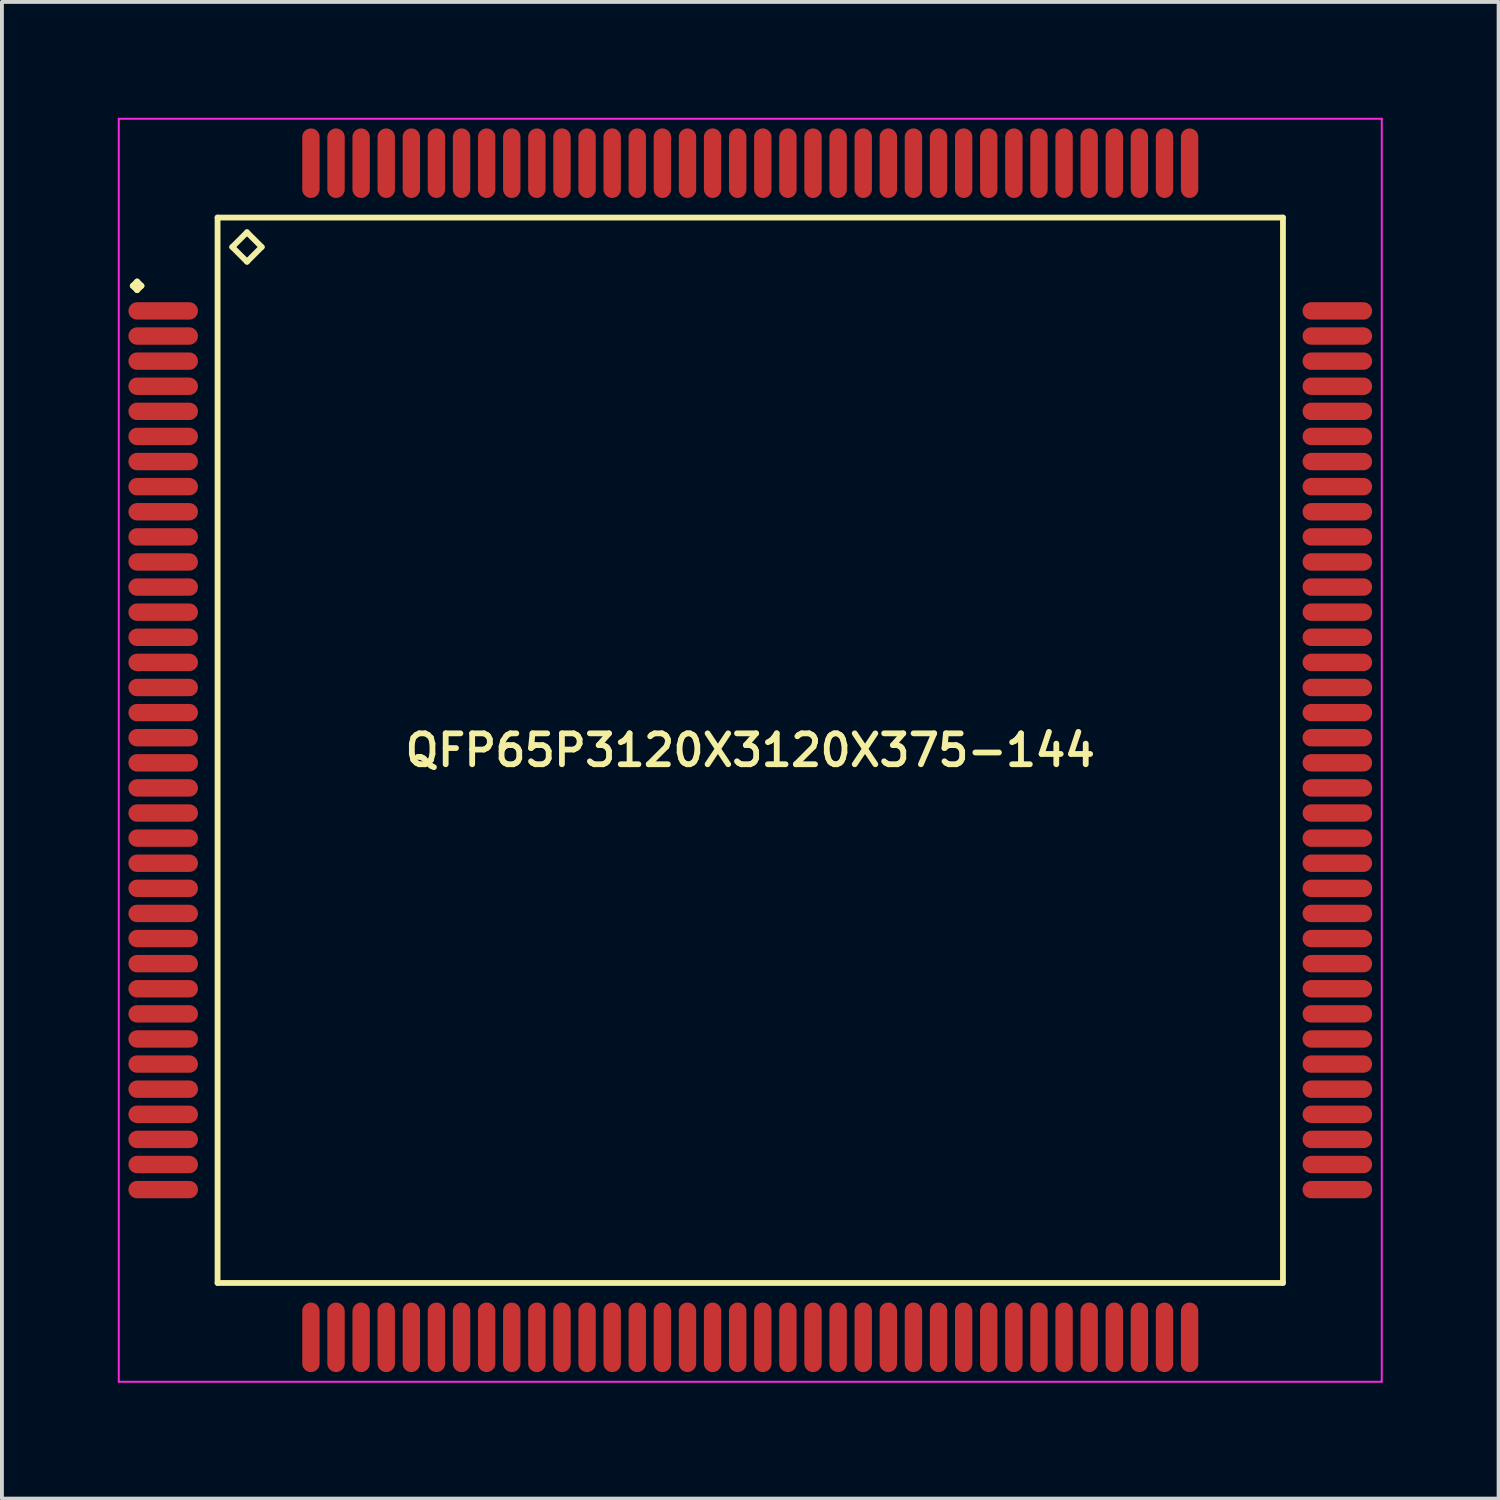
<source format=kicad_pcb>
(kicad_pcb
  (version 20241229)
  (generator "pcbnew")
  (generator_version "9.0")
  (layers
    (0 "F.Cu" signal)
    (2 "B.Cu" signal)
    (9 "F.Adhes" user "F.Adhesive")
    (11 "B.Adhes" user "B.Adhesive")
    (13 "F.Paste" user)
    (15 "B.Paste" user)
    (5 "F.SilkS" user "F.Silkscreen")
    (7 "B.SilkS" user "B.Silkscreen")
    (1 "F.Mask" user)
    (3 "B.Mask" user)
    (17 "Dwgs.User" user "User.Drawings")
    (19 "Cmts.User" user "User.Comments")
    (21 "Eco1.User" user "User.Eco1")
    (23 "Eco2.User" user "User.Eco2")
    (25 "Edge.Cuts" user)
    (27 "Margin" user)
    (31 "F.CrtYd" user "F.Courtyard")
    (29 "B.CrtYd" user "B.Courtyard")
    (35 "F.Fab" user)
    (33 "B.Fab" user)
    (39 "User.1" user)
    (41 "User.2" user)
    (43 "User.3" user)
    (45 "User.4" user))
  (footprint "QFP65P3120X3120X375-144"
    (layer "F.Cu")
    (at 16.375 16.375)
    (property "Reference" "QFP65P3120X3120X375-144" (at 0 0 0) (layer "F.SilkS") (effects (font (size 0.8 0.8) (thickness 0.15))))
    (attr smd)
    (fp_line (start -15.988 -12.025) (end -15.875 -12.137) (stroke (width 0.15) (type solid)) (layer "F.SilkS"))
    (fp_line (start -15.875 -12.137) (end -15.762 -12.025) (stroke (width 0.15) (type solid)) (layer "F.SilkS"))
    (fp_line (start -15.875 -11.912) (end -15.988 -12.025) (stroke (width 0.15) (type solid)) (layer "F.SilkS"))
    (fp_line (start -15.762 -12.025) (end -15.875 -11.912) (stroke (width 0.15) (type solid)) (layer "F.SilkS"))
    (fp_line (start -13.792 -13.792) (end -13.792 13.792) (stroke (width 0.15) (type solid)) (layer "F.SilkS"))
    (fp_line (start -13.792 13.792) (end 13.792 13.792) (stroke (width 0.15) (type solid)) (layer "F.SilkS"))
    (fp_line (start -13.411 -13.03) (end -13.03 -13.411) (stroke (width 0.15) (type solid)) (layer "F.SilkS"))
    (fp_line (start -13.03 -13.411) (end -12.649 -13.03) (stroke (width 0.15) (type solid)) (layer "F.SilkS"))
    (fp_line (start -13.03 -12.649) (end -13.411 -13.03) (stroke (width 0.15) (type solid)) (layer "F.SilkS"))
    (fp_line (start -12.649 -13.03) (end -13.03 -12.649) (stroke (width 0.15) (type solid)) (layer "F.SilkS"))
    (fp_line (start 13.792 -13.792) (end -13.792 -13.792) (stroke (width 0.15) (type solid)) (layer "F.SilkS"))
    (fp_line (start 13.792 13.792) (end 13.792 -13.792) (stroke (width 0.15) (type solid)) (layer "F.SilkS"))
    (fp_line (start -16.35 -16.35) (end 16.35 -16.35) (stroke (width 0.05) (type solid)) (layer "F.CrtYd"))
    (fp_line (start -16.35 16.35) (end -16.35 -16.35) (stroke (width 0.05) (type solid)) (layer "F.CrtYd"))
    (fp_line (start 16.35 -16.35) (end 16.35 16.35) (stroke (width 0.05) (type solid)) (layer "F.CrtYd"))
    (fp_line (start 16.35 16.35) (end -16.35 16.35) (stroke (width 0.05) (type solid)) (layer "F.CrtYd"))
    (pad "1" smd oval (at -15.2 -11.375) (size 1.8 0.45) (layers "F.Cu" "F.Mask" "F.Paste"))
    (pad "2" smd oval (at -15.2 -10.725) (size 1.8 0.45) (layers "F.Cu" "F.Mask" "F.Paste"))
    (pad "3" smd oval (at -15.2 -10.075) (size 1.8 0.45) (layers "F.Cu" "F.Mask" "F.Paste"))
    (pad "4" smd oval (at -15.2 -9.425) (size 1.8 0.45) (layers "F.Cu" "F.Mask" "F.Paste"))
    (pad "5" smd oval (at -15.2 -8.775) (size 1.8 0.45) (layers "F.Cu" "F.Mask" "F.Paste"))
    (pad "6" smd oval (at -15.2 -8.125) (size 1.8 0.45) (layers "F.Cu" "F.Mask" "F.Paste"))
    (pad "7" smd oval (at -15.2 -7.475) (size 1.8 0.45) (layers "F.Cu" "F.Mask" "F.Paste"))
    (pad "8" smd oval (at -15.2 -6.825) (size 1.8 0.45) (layers "F.Cu" "F.Mask" "F.Paste"))
    (pad "9" smd oval (at -15.2 -6.175) (size 1.8 0.45) (layers "F.Cu" "F.Mask" "F.Paste"))
    (pad "10" smd oval (at -15.2 -5.525) (size 1.8 0.45) (layers "F.Cu" "F.Mask" "F.Paste"))
    (pad "11" smd oval (at -15.2 -4.875) (size 1.8 0.45) (layers "F.Cu" "F.Mask" "F.Paste"))
    (pad "12" smd oval (at -15.2 -4.225) (size 1.8 0.45) (layers "F.Cu" "F.Mask" "F.Paste"))
    (pad "13" smd oval (at -15.2 -3.575) (size 1.8 0.45) (layers "F.Cu" "F.Mask" "F.Paste"))
    (pad "14" smd oval (at -15.2 -2.925) (size 1.8 0.45) (layers "F.Cu" "F.Mask" "F.Paste"))
    (pad "15" smd oval (at -15.2 -2.275) (size 1.8 0.45) (layers "F.Cu" "F.Mask" "F.Paste"))
    (pad "16" smd oval (at -15.2 -1.625) (size 1.8 0.45) (layers "F.Cu" "F.Mask" "F.Paste"))
    (pad "17" smd oval (at -15.2 -0.975) (size 1.8 0.45) (layers "F.Cu" "F.Mask" "F.Paste"))
    (pad "18" smd oval (at -15.2 -0.325) (size 1.8 0.45) (layers "F.Cu" "F.Mask" "F.Paste"))
    (pad "19" smd oval (at -15.2 0.325) (size 1.8 0.45) (layers "F.Cu" "F.Mask" "F.Paste"))
    (pad "20" smd oval (at -15.2 0.975) (size 1.8 0.45) (layers "F.Cu" "F.Mask" "F.Paste"))
    (pad "21" smd oval (at -15.2 1.625) (size 1.8 0.45) (layers "F.Cu" "F.Mask" "F.Paste"))
    (pad "22" smd oval (at -15.2 2.275) (size 1.8 0.45) (layers "F.Cu" "F.Mask" "F.Paste"))
    (pad "23" smd oval (at -15.2 2.925) (size 1.8 0.45) (layers "F.Cu" "F.Mask" "F.Paste"))
    (pad "24" smd oval (at -15.2 3.575) (size 1.8 0.45) (layers "F.Cu" "F.Mask" "F.Paste"))
    (pad "25" smd oval (at -15.2 4.225) (size 1.8 0.45) (layers "F.Cu" "F.Mask" "F.Paste"))
    (pad "26" smd oval (at -15.2 4.875) (size 1.8 0.45) (layers "F.Cu" "F.Mask" "F.Paste"))
    (pad "27" smd oval (at -15.2 5.525) (size 1.8 0.45) (layers "F.Cu" "F.Mask" "F.Paste"))
    (pad "28" smd oval (at -15.2 6.175) (size 1.8 0.45) (layers "F.Cu" "F.Mask" "F.Paste"))
    (pad "29" smd oval (at -15.2 6.825) (size 1.8 0.45) (layers "F.Cu" "F.Mask" "F.Paste"))
    (pad "30" smd oval (at -15.2 7.475) (size 1.8 0.45) (layers "F.Cu" "F.Mask" "F.Paste"))
    (pad "31" smd oval (at -15.2 8.125) (size 1.8 0.45) (layers "F.Cu" "F.Mask" "F.Paste"))
    (pad "32" smd oval (at -15.2 8.775) (size 1.8 0.45) (layers "F.Cu" "F.Mask" "F.Paste"))
    (pad "33" smd oval (at -15.2 9.425) (size 1.8 0.45) (layers "F.Cu" "F.Mask" "F.Paste"))
    (pad "34" smd oval (at -15.2 10.075) (size 1.8 0.45) (layers "F.Cu" "F.Mask" "F.Paste"))
    (pad "35" smd oval (at -15.2 10.725) (size 1.8 0.45) (layers "F.Cu" "F.Mask" "F.Paste"))
    (pad "36" smd oval (at -15.2 11.375) (size 1.8 0.45) (layers "F.Cu" "F.Mask" "F.Paste"))
    (pad "37" smd oval (at -11.375 15.2) (size 0.45 1.8) (layers "F.Cu" "F.Mask" "F.Paste"))
    (pad "38" smd oval (at -10.725 15.2) (size 0.45 1.8) (layers "F.Cu" "F.Mask" "F.Paste"))
    (pad "39" smd oval (at -10.075 15.2) (size 0.45 1.8) (layers "F.Cu" "F.Mask" "F.Paste"))
    (pad "40" smd oval (at -9.425 15.2) (size 0.45 1.8) (layers "F.Cu" "F.Mask" "F.Paste"))
    (pad "41" smd oval (at -8.775 15.2) (size 0.45 1.8) (layers "F.Cu" "F.Mask" "F.Paste"))
    (pad "42" smd oval (at -8.125 15.2) (size 0.45 1.8) (layers "F.Cu" "F.Mask" "F.Paste"))
    (pad "43" smd oval (at -7.475 15.2) (size 0.45 1.8) (layers "F.Cu" "F.Mask" "F.Paste"))
    (pad "44" smd oval (at -6.825 15.2) (size 0.45 1.8) (layers "F.Cu" "F.Mask" "F.Paste"))
    (pad "45" smd oval (at -6.175 15.2) (size 0.45 1.8) (layers "F.Cu" "F.Mask" "F.Paste"))
    (pad "46" smd oval (at -5.525 15.2) (size 0.45 1.8) (layers "F.Cu" "F.Mask" "F.Paste"))
    (pad "47" smd oval (at -4.875 15.2) (size 0.45 1.8) (layers "F.Cu" "F.Mask" "F.Paste"))
    (pad "48" smd oval (at -4.225 15.2) (size 0.45 1.8) (layers "F.Cu" "F.Mask" "F.Paste"))
    (pad "49" smd oval (at -3.575 15.2) (size 0.45 1.8) (layers "F.Cu" "F.Mask" "F.Paste"))
    (pad "50" smd oval (at -2.925 15.2) (size 0.45 1.8) (layers "F.Cu" "F.Mask" "F.Paste"))
    (pad "51" smd oval (at -2.275 15.2) (size 0.45 1.8) (layers "F.Cu" "F.Mask" "F.Paste"))
    (pad "52" smd oval (at -1.625 15.2) (size 0.45 1.8) (layers "F.Cu" "F.Mask" "F.Paste"))
    (pad "53" smd oval (at -0.975 15.2) (size 0.45 1.8) (layers "F.Cu" "F.Mask" "F.Paste"))
    (pad "54" smd oval (at -0.325 15.2) (size 0.45 1.8) (layers "F.Cu" "F.Mask" "F.Paste"))
    (pad "55" smd oval (at 0.325 15.2) (size 0.45 1.8) (layers "F.Cu" "F.Mask" "F.Paste"))
    (pad "56" smd oval (at 0.975 15.2) (size 0.45 1.8) (layers "F.Cu" "F.Mask" "F.Paste"))
    (pad "57" smd oval (at 1.625 15.2) (size 0.45 1.8) (layers "F.Cu" "F.Mask" "F.Paste"))
    (pad "58" smd oval (at 2.275 15.2) (size 0.45 1.8) (layers "F.Cu" "F.Mask" "F.Paste"))
    (pad "59" smd oval (at 2.925 15.2) (size 0.45 1.8) (layers "F.Cu" "F.Mask" "F.Paste"))
    (pad "60" smd oval (at 3.575 15.2) (size 0.45 1.8) (layers "F.Cu" "F.Mask" "F.Paste"))
    (pad "61" smd oval (at 4.225 15.2) (size 0.45 1.8) (layers "F.Cu" "F.Mask" "F.Paste"))
    (pad "62" smd oval (at 4.875 15.2) (size 0.45 1.8) (layers "F.Cu" "F.Mask" "F.Paste"))
    (pad "63" smd oval (at 5.525 15.2) (size 0.45 1.8) (layers "F.Cu" "F.Mask" "F.Paste"))
    (pad "64" smd oval (at 6.175 15.2) (size 0.45 1.8) (layers "F.Cu" "F.Mask" "F.Paste"))
    (pad "65" smd oval (at 6.825 15.2) (size 0.45 1.8) (layers "F.Cu" "F.Mask" "F.Paste"))
    (pad "66" smd oval (at 7.475 15.2) (size 0.45 1.8) (layers "F.Cu" "F.Mask" "F.Paste"))
    (pad "67" smd oval (at 8.125 15.2) (size 0.45 1.8) (layers "F.Cu" "F.Mask" "F.Paste"))
    (pad "68" smd oval (at 8.775 15.2) (size 0.45 1.8) (layers "F.Cu" "F.Mask" "F.Paste"))
    (pad "69" smd oval (at 9.425 15.2) (size 0.45 1.8) (layers "F.Cu" "F.Mask" "F.Paste"))
    (pad "70" smd oval (at 10.075 15.2) (size 0.45 1.8) (layers "F.Cu" "F.Mask" "F.Paste"))
    (pad "71" smd oval (at 10.725 15.2) (size 0.45 1.8) (layers "F.Cu" "F.Mask" "F.Paste"))
    (pad "72" smd oval (at 11.375 15.2) (size 0.45 1.8) (layers "F.Cu" "F.Mask" "F.Paste"))
    (pad "73" smd oval (at 15.2 11.375) (size 1.8 0.45) (layers "F.Cu" "F.Mask" "F.Paste"))
    (pad "74" smd oval (at 15.2 10.725) (size 1.8 0.45) (layers "F.Cu" "F.Mask" "F.Paste"))
    (pad "75" smd oval (at 15.2 10.075) (size 1.8 0.45) (layers "F.Cu" "F.Mask" "F.Paste"))
    (pad "76" smd oval (at 15.2 9.425) (size 1.8 0.45) (layers "F.Cu" "F.Mask" "F.Paste"))
    (pad "77" smd oval (at 15.2 8.775) (size 1.8 0.45) (layers "F.Cu" "F.Mask" "F.Paste"))
    (pad "78" smd oval (at 15.2 8.125) (size 1.8 0.45) (layers "F.Cu" "F.Mask" "F.Paste"))
    (pad "79" smd oval (at 15.2 7.475) (size 1.8 0.45) (layers "F.Cu" "F.Mask" "F.Paste"))
    (pad "80" smd oval (at 15.2 6.825) (size 1.8 0.45) (layers "F.Cu" "F.Mask" "F.Paste"))
    (pad "81" smd oval (at 15.2 6.175) (size 1.8 0.45) (layers "F.Cu" "F.Mask" "F.Paste"))
    (pad "82" smd oval (at 15.2 5.525) (size 1.8 0.45) (layers "F.Cu" "F.Mask" "F.Paste"))
    (pad "83" smd oval (at 15.2 4.875) (size 1.8 0.45) (layers "F.Cu" "F.Mask" "F.Paste"))
    (pad "84" smd oval (at 15.2 4.225) (size 1.8 0.45) (layers "F.Cu" "F.Mask" "F.Paste"))
    (pad "85" smd oval (at 15.2 3.575) (size 1.8 0.45) (layers "F.Cu" "F.Mask" "F.Paste"))
    (pad "86" smd oval (at 15.2 2.925) (size 1.8 0.45) (layers "F.Cu" "F.Mask" "F.Paste"))
    (pad "87" smd oval (at 15.2 2.275) (size 1.8 0.45) (layers "F.Cu" "F.Mask" "F.Paste"))
    (pad "88" smd oval (at 15.2 1.625) (size 1.8 0.45) (layers "F.Cu" "F.Mask" "F.Paste"))
    (pad "89" smd oval (at 15.2 0.975) (size 1.8 0.45) (layers "F.Cu" "F.Mask" "F.Paste"))
    (pad "90" smd oval (at 15.2 0.325) (size 1.8 0.45) (layers "F.Cu" "F.Mask" "F.Paste"))
    (pad "91" smd oval (at 15.2 -0.325) (size 1.8 0.45) (layers "F.Cu" "F.Mask" "F.Paste"))
    (pad "92" smd oval (at 15.2 -0.975) (size 1.8 0.45) (layers "F.Cu" "F.Mask" "F.Paste"))
    (pad "93" smd oval (at 15.2 -1.625) (size 1.8 0.45) (layers "F.Cu" "F.Mask" "F.Paste"))
    (pad "94" smd oval (at 15.2 -2.275) (size 1.8 0.45) (layers "F.Cu" "F.Mask" "F.Paste"))
    (pad "95" smd oval (at 15.2 -2.925) (size 1.8 0.45) (layers "F.Cu" "F.Mask" "F.Paste"))
    (pad "96" smd oval (at 15.2 -3.575) (size 1.8 0.45) (layers "F.Cu" "F.Mask" "F.Paste"))
    (pad "97" smd oval (at 15.2 -4.225) (size 1.8 0.45) (layers "F.Cu" "F.Mask" "F.Paste"))
    (pad "98" smd oval (at 15.2 -4.875) (size 1.8 0.45) (layers "F.Cu" "F.Mask" "F.Paste"))
    (pad "99" smd oval (at 15.2 -5.525) (size 1.8 0.45) (layers "F.Cu" "F.Mask" "F.Paste"))
    (pad "100" smd oval (at 15.2 -6.175) (size 1.8 0.45) (layers "F.Cu" "F.Mask" "F.Paste"))
    (pad "101" smd oval (at 15.2 -6.825) (size 1.8 0.45) (layers "F.Cu" "F.Mask" "F.Paste"))
    (pad "102" smd oval (at 15.2 -7.475) (size 1.8 0.45) (layers "F.Cu" "F.Mask" "F.Paste"))
    (pad "103" smd oval (at 15.2 -8.125) (size 1.8 0.45) (layers "F.Cu" "F.Mask" "F.Paste"))
    (pad "104" smd oval (at 15.2 -8.775) (size 1.8 0.45) (layers "F.Cu" "F.Mask" "F.Paste"))
    (pad "105" smd oval (at 15.2 -9.425) (size 1.8 0.45) (layers "F.Cu" "F.Mask" "F.Paste"))
    (pad "106" smd oval (at 15.2 -10.075) (size 1.8 0.45) (layers "F.Cu" "F.Mask" "F.Paste"))
    (pad "107" smd oval (at 15.2 -10.725) (size 1.8 0.45) (layers "F.Cu" "F.Mask" "F.Paste"))
    (pad "108" smd oval (at 15.2 -11.375) (size 1.8 0.45) (layers "F.Cu" "F.Mask" "F.Paste"))
    (pad "109" smd oval (at 11.375 -15.2) (size 0.45 1.8) (layers "F.Cu" "F.Mask" "F.Paste"))
    (pad "110" smd oval (at 10.725 -15.2) (size 0.45 1.8) (layers "F.Cu" "F.Mask" "F.Paste"))
    (pad "111" smd oval (at 10.075 -15.2) (size 0.45 1.8) (layers "F.Cu" "F.Mask" "F.Paste"))
    (pad "112" smd oval (at 9.425 -15.2) (size 0.45 1.8) (layers "F.Cu" "F.Mask" "F.Paste"))
    (pad "113" smd oval (at 8.775 -15.2) (size 0.45 1.8) (layers "F.Cu" "F.Mask" "F.Paste"))
    (pad "114" smd oval (at 8.125 -15.2) (size 0.45 1.8) (layers "F.Cu" "F.Mask" "F.Paste"))
    (pad "115" smd oval (at 7.475 -15.2) (size 0.45 1.8) (layers "F.Cu" "F.Mask" "F.Paste"))
    (pad "116" smd oval (at 6.825 -15.2) (size 0.45 1.8) (layers "F.Cu" "F.Mask" "F.Paste"))
    (pad "117" smd oval (at 6.175 -15.2) (size 0.45 1.8) (layers "F.Cu" "F.Mask" "F.Paste"))
    (pad "118" smd oval (at 5.525 -15.2) (size 0.45 1.8) (layers "F.Cu" "F.Mask" "F.Paste"))
    (pad "119" smd oval (at 4.875 -15.2) (size 0.45 1.8) (layers "F.Cu" "F.Mask" "F.Paste"))
    (pad "120" smd oval (at 4.225 -15.2) (size 0.45 1.8) (layers "F.Cu" "F.Mask" "F.Paste"))
    (pad "121" smd oval (at 3.575 -15.2) (size 0.45 1.8) (layers "F.Cu" "F.Mask" "F.Paste"))
    (pad "122" smd oval (at 2.925 -15.2) (size 0.45 1.8) (layers "F.Cu" "F.Mask" "F.Paste"))
    (pad "123" smd oval (at 2.275 -15.2) (size 0.45 1.8) (layers "F.Cu" "F.Mask" "F.Paste"))
    (pad "124" smd oval (at 1.625 -15.2) (size 0.45 1.8) (layers "F.Cu" "F.Mask" "F.Paste"))
    (pad "125" smd oval (at 0.975 -15.2) (size 0.45 1.8) (layers "F.Cu" "F.Mask" "F.Paste"))
    (pad "126" smd oval (at 0.325 -15.2) (size 0.45 1.8) (layers "F.Cu" "F.Mask" "F.Paste"))
    (pad "127" smd oval (at -0.325 -15.2) (size 0.45 1.8) (layers "F.Cu" "F.Mask" "F.Paste"))
    (pad "128" smd oval (at -0.975 -15.2) (size 0.45 1.8) (layers "F.Cu" "F.Mask" "F.Paste"))
    (pad "129" smd oval (at -1.625 -15.2) (size 0.45 1.8) (layers "F.Cu" "F.Mask" "F.Paste"))
    (pad "130" smd oval (at -2.275 -15.2) (size 0.45 1.8) (layers "F.Cu" "F.Mask" "F.Paste"))
    (pad "131" smd oval (at -2.925 -15.2) (size 0.45 1.8) (layers "F.Cu" "F.Mask" "F.Paste"))
    (pad "132" smd oval (at -3.575 -15.2) (size 0.45 1.8) (layers "F.Cu" "F.Mask" "F.Paste"))
    (pad "133" smd oval (at -4.225 -15.2) (size 0.45 1.8) (layers "F.Cu" "F.Mask" "F.Paste"))
    (pad "134" smd oval (at -4.875 -15.2) (size 0.45 1.8) (layers "F.Cu" "F.Mask" "F.Paste"))
    (pad "135" smd oval (at -5.525 -15.2) (size 0.45 1.8) (layers "F.Cu" "F.Mask" "F.Paste"))
    (pad "136" smd oval (at -6.175 -15.2) (size 0.45 1.8) (layers "F.Cu" "F.Mask" "F.Paste"))
    (pad "137" smd oval (at -6.825 -15.2) (size 0.45 1.8) (layers "F.Cu" "F.Mask" "F.Paste"))
    (pad "138" smd oval (at -7.475 -15.2) (size 0.45 1.8) (layers "F.Cu" "F.Mask" "F.Paste"))
    (pad "139" smd oval (at -8.125 -15.2) (size 0.45 1.8) (layers "F.Cu" "F.Mask" "F.Paste"))
    (pad "140" smd oval (at -8.775 -15.2) (size 0.45 1.8) (layers "F.Cu" "F.Mask" "F.Paste"))
    (pad "141" smd oval (at -9.425 -15.2) (size 0.45 1.8) (layers "F.Cu" "F.Mask" "F.Paste"))
    (pad "142" smd oval (at -10.075 -15.2) (size 0.45 1.8) (layers "F.Cu" "F.Mask" "F.Paste"))
    (pad "143" smd oval (at -10.725 -15.2) (size 0.45 1.8) (layers "F.Cu" "F.Mask" "F.Paste"))
    (pad "144" smd oval (at -11.375 -15.2) (size 0.45 1.8) (layers "F.Cu" "F.Mask" "F.Paste")))
  (gr_rect
    (start -3 -3)
    (end 35.75 35.75)
    (stroke (width 0.1) (type default))
    (fill no)
    (layer "Edge.Cuts")))
</source>
